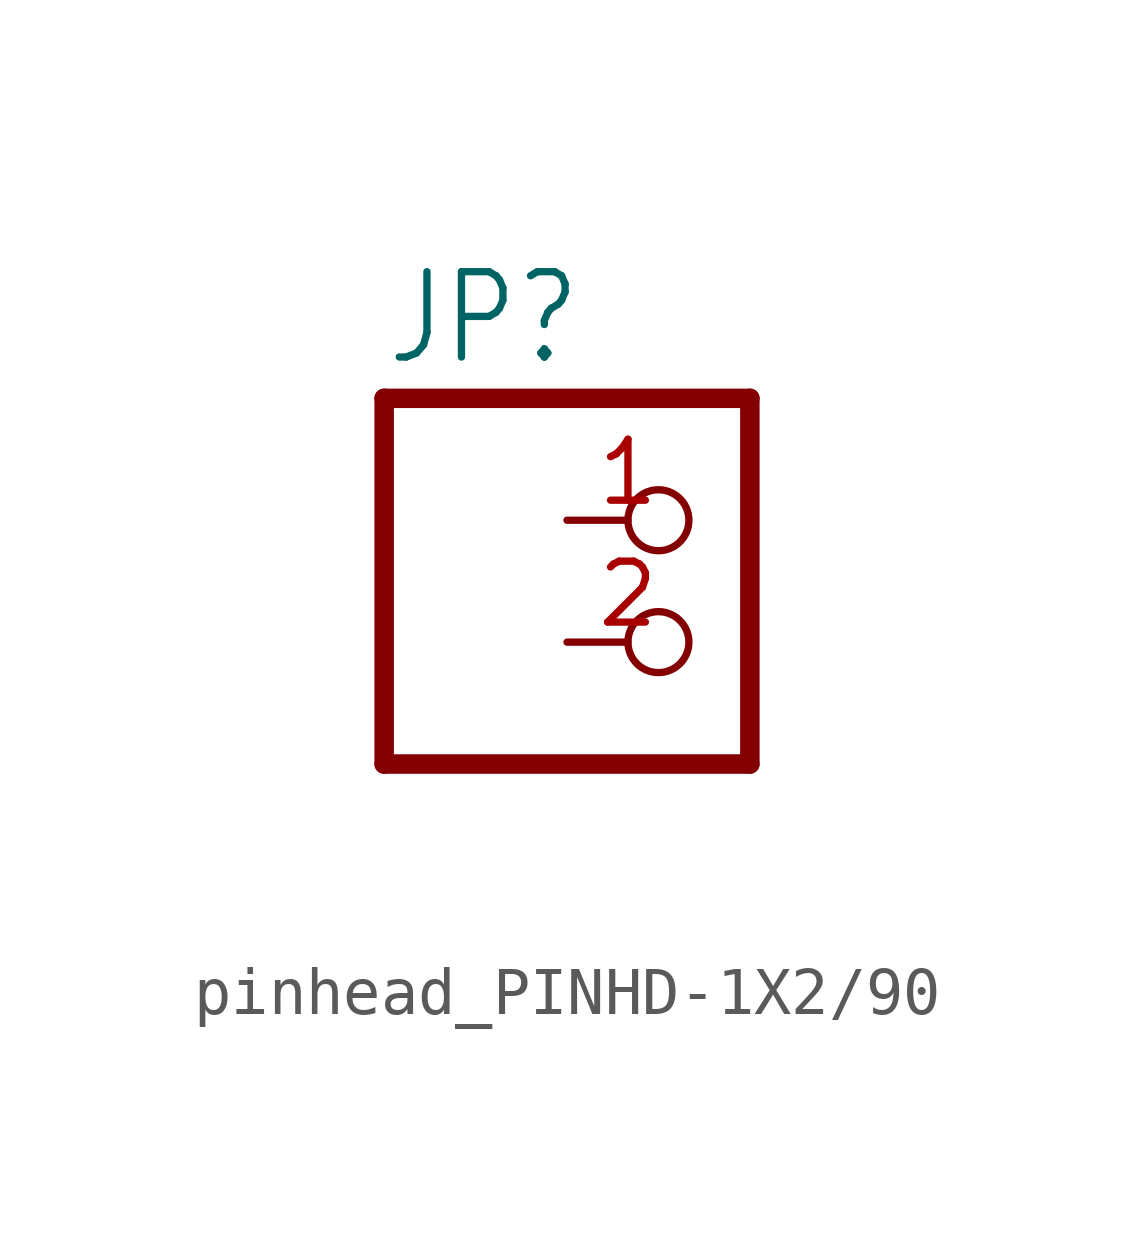
<source format=kicad_sym>
(kicad_symbol_lib
  (version 20231120)
  (generator "kicad_symbol_editor")
  (generator_version "8.0")
  (symbol "pinhead_PINHD-1X2/90"
    (property "Reference" "JP"
      (at -6.35 5.715 0)
      (effects (font (size 1.778 1.511)) (justify left bottom)))
    (property "Value" ""
      (at -6.35 -5.08 0)
      (effects (font (size 1.778 1.511)) (justify left bottom)))
    (property "ki_locked" ""
      (at 0 0 0)
      (effects (font (size 1.27 1.27))))
    (symbol "pinhead_PINHD-1X2/90_1_0"
      (polyline (pts (xy -6.35 -2.54) (xy 1.27 -2.54)) (stroke (width 0.406) (type solid)) (fill (type none)))
      (polyline (pts (xy -6.35 5.08) (xy -6.35 -2.54)) (stroke (width 0.406) (type solid)) (fill (type none)))
      (polyline (pts (xy 1.27 -2.54) (xy 1.27 5.08)) (stroke (width 0.406) (type solid)) (fill (type none)))
      (polyline (pts (xy 1.27 5.08) (xy -6.35 5.08)) (stroke (width 0.406) (type solid)) (fill (type none)))
      (pin passive inverted (at -2.54 2.54 0) (length 2.54) (name "1" (effects (font (size 0 0)))) (number "1" (effects (font (size 1.27 1.27)))))
      (pin passive inverted (at -2.54 0 0) (length 2.54) (name "2" (effects (font (size 0 0)))) (number "2" (effects (font (size 1.27 1.27))))))))
</source>
